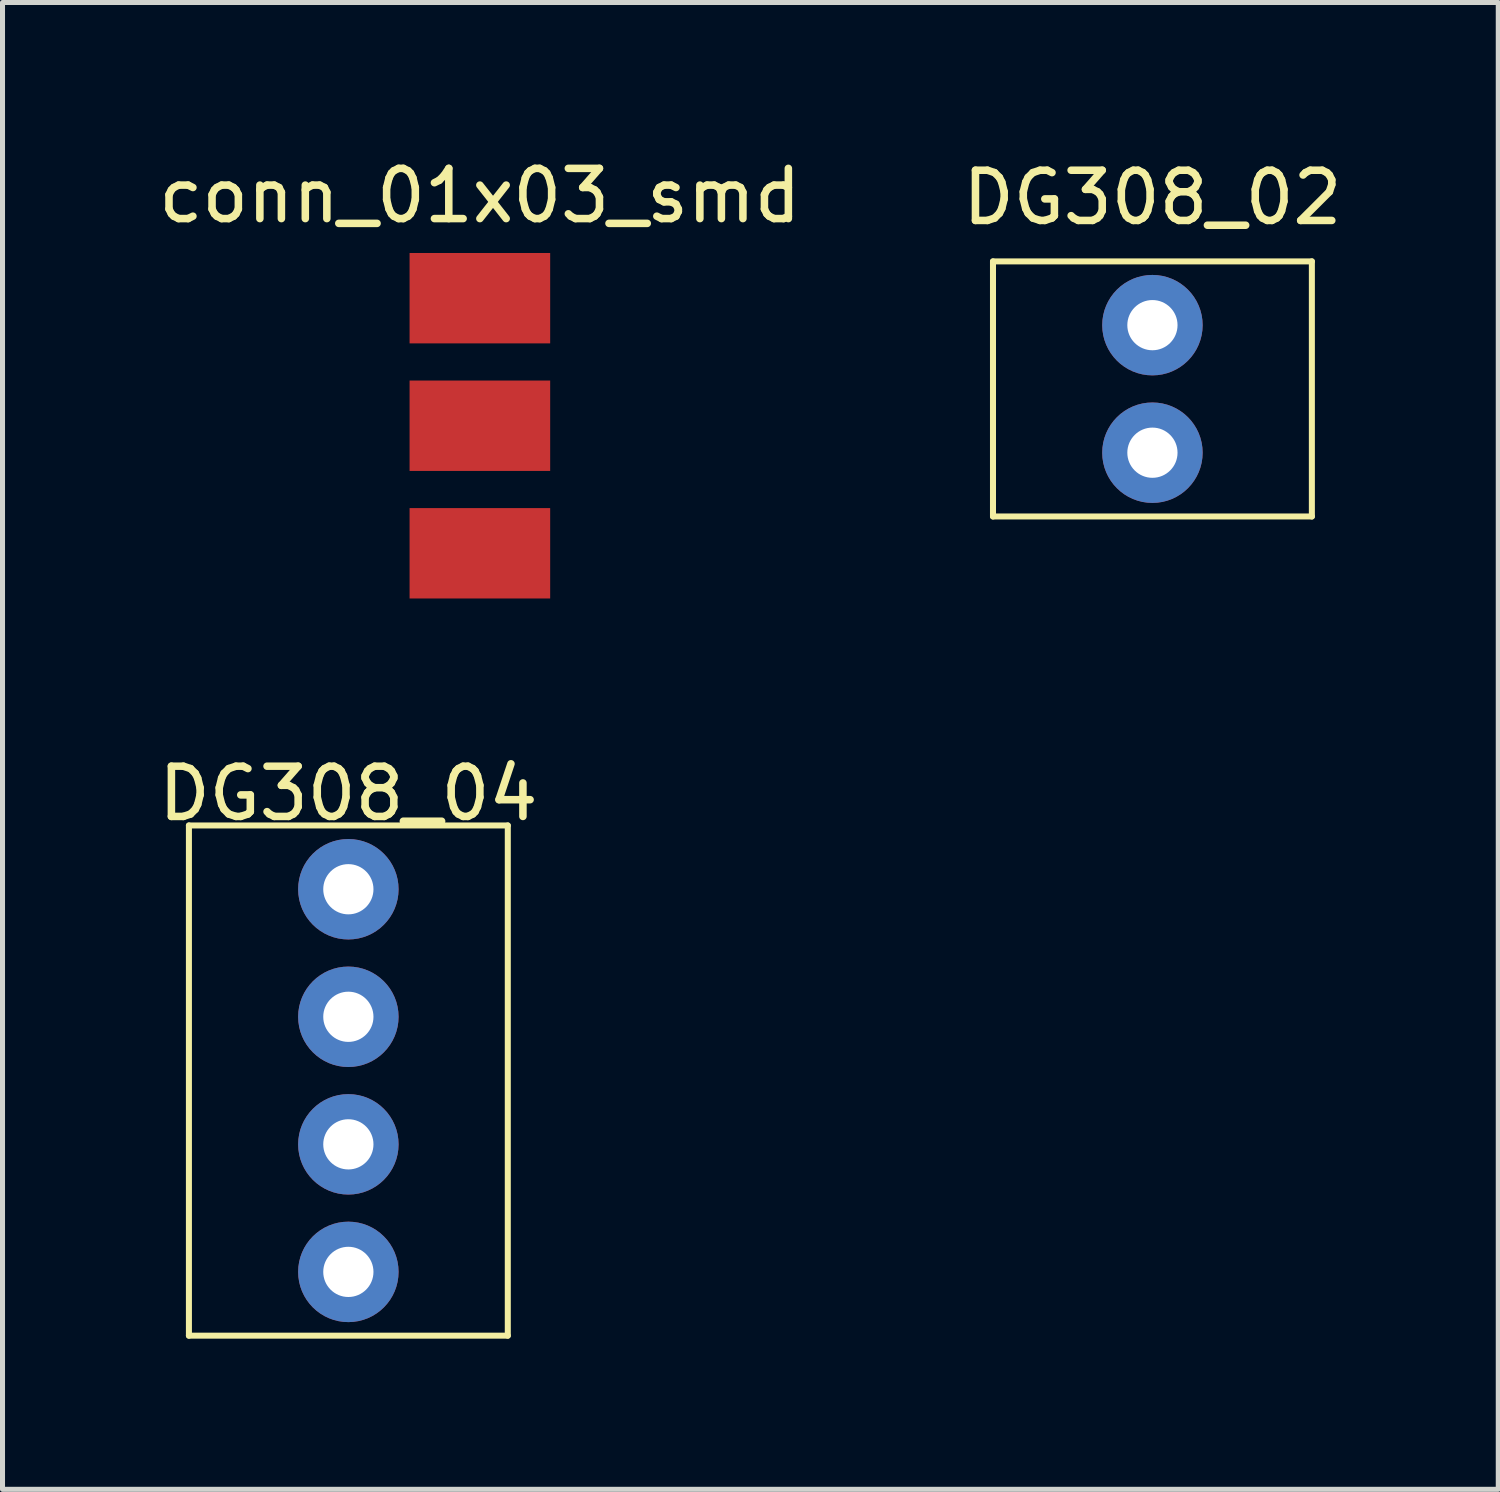
<source format=kicad_pcb>
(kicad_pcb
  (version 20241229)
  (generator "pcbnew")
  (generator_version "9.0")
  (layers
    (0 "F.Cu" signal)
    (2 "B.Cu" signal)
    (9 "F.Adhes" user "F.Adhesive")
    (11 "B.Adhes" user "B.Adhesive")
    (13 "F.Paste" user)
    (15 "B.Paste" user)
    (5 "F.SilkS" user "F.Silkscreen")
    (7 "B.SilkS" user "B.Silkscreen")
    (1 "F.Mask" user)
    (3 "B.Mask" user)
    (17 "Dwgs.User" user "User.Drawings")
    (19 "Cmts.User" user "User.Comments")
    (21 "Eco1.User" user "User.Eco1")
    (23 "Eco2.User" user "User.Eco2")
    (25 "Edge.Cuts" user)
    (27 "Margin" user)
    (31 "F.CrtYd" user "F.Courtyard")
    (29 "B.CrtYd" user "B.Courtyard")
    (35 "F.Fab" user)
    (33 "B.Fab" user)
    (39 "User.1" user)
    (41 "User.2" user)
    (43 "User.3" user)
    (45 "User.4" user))
  (footprint "conn_01x03_smd"
    (layer "F.Cu")
    (at 6.506 0.348)
    (property "Reference" "conn_01x03_smd" (at 0 0.5 0) (layer "F.SilkS") (effects (font (size 1 1) (thickness 0.15))))
    (attr through_hole)
    (pad "1" smd rect (at 0 2.54) (size 2.8 1.8) (layers "F.Cu" "F.Mask" "F.Paste"))
    (pad "2" smd rect (at 0 5.08) (size 2.8 1.8) (layers "F.Cu" "F.Mask" "F.Paste"))
    (pad "3" smd rect (at 0 7.62) (size 2.8 1.8) (layers "F.Cu" "F.Mask" "F.Paste")))
  (footprint "DG308_04"
    (layer "F.Cu")
    (at 3.887 12.118)
    (property "Reference" "DG308_04" (at 0 0.635 0) (layer "F.SilkS") (effects (font (size 1 1) (thickness 0.15))))
    (attr through_hole)
    (fp_line (start -3.175 1.27) (end -3.175 11.43) (stroke (width 0.12) (type solid)) (layer "F.SilkS"))
    (fp_line (start -3.175 1.27) (end 3.175 1.27) (stroke (width 0.12) (type solid)) (layer "F.SilkS"))
    (fp_line (start 3.175 1.27) (end 3.175 11.43) (stroke (width 0.12) (type solid)) (layer "F.SilkS"))
    (fp_line (start 3.175 11.43) (end -3.175 11.43) (stroke (width 0.12) (type solid)) (layer "F.SilkS"))
    (pad "1" thru_hole circle (at 0 10.16) (size 2 2) (drill 1) (layers "*.Cu" "*.Mask"))
    (pad "2" thru_hole circle (at 0 7.62) (size 2 2) (drill 1) (layers "*.Cu" "*.Mask"))
    (pad "3" thru_hole circle (at 0 5.08) (size 2 2) (drill 1) (layers "*.Cu" "*.Mask"))
    (pad "4" thru_hole circle (at 0 2.54) (size 2 2) (drill 1) (layers "*.Cu" "*.Mask")))
  (footprint "DG308_02"
    (layer "F.Cu")
    (at 19.899 0.25)
    (property "Reference" "DG308_02" (at 0 0.635 0) (layer "F.SilkS") (effects (font (size 1 1) (thickness 0.15))))
    (attr through_hole)
    (fp_line (start -3.175 1.905) (end -3.175 6.985) (stroke (width 0.12) (type solid)) (layer "F.SilkS"))
    (fp_line (start -3.175 1.905) (end 3.175 1.905) (stroke (width 0.12) (type solid)) (layer "F.SilkS"))
    (fp_line (start 3.175 1.905) (end 3.175 6.985) (stroke (width 0.12) (type solid)) (layer "F.SilkS"))
    (fp_line (start 3.175 6.985) (end -3.175 6.985) (stroke (width 0.12) (type solid)) (layer "F.SilkS"))
    (pad "1" thru_hole circle (at 0 5.715) (size 2 2) (drill 1) (layers "*.Cu" "*.Mask"))
    (pad "2" thru_hole circle (at 0 3.175) (size 2 2) (drill 1) (layers "*.Cu" "*.Mask")))
  (gr_rect
    (start -3 -3)
    (end 26.786 26.608)
    (stroke (width 0.1) (type default))
    (fill no)
    (layer "Edge.Cuts")))
</source>
